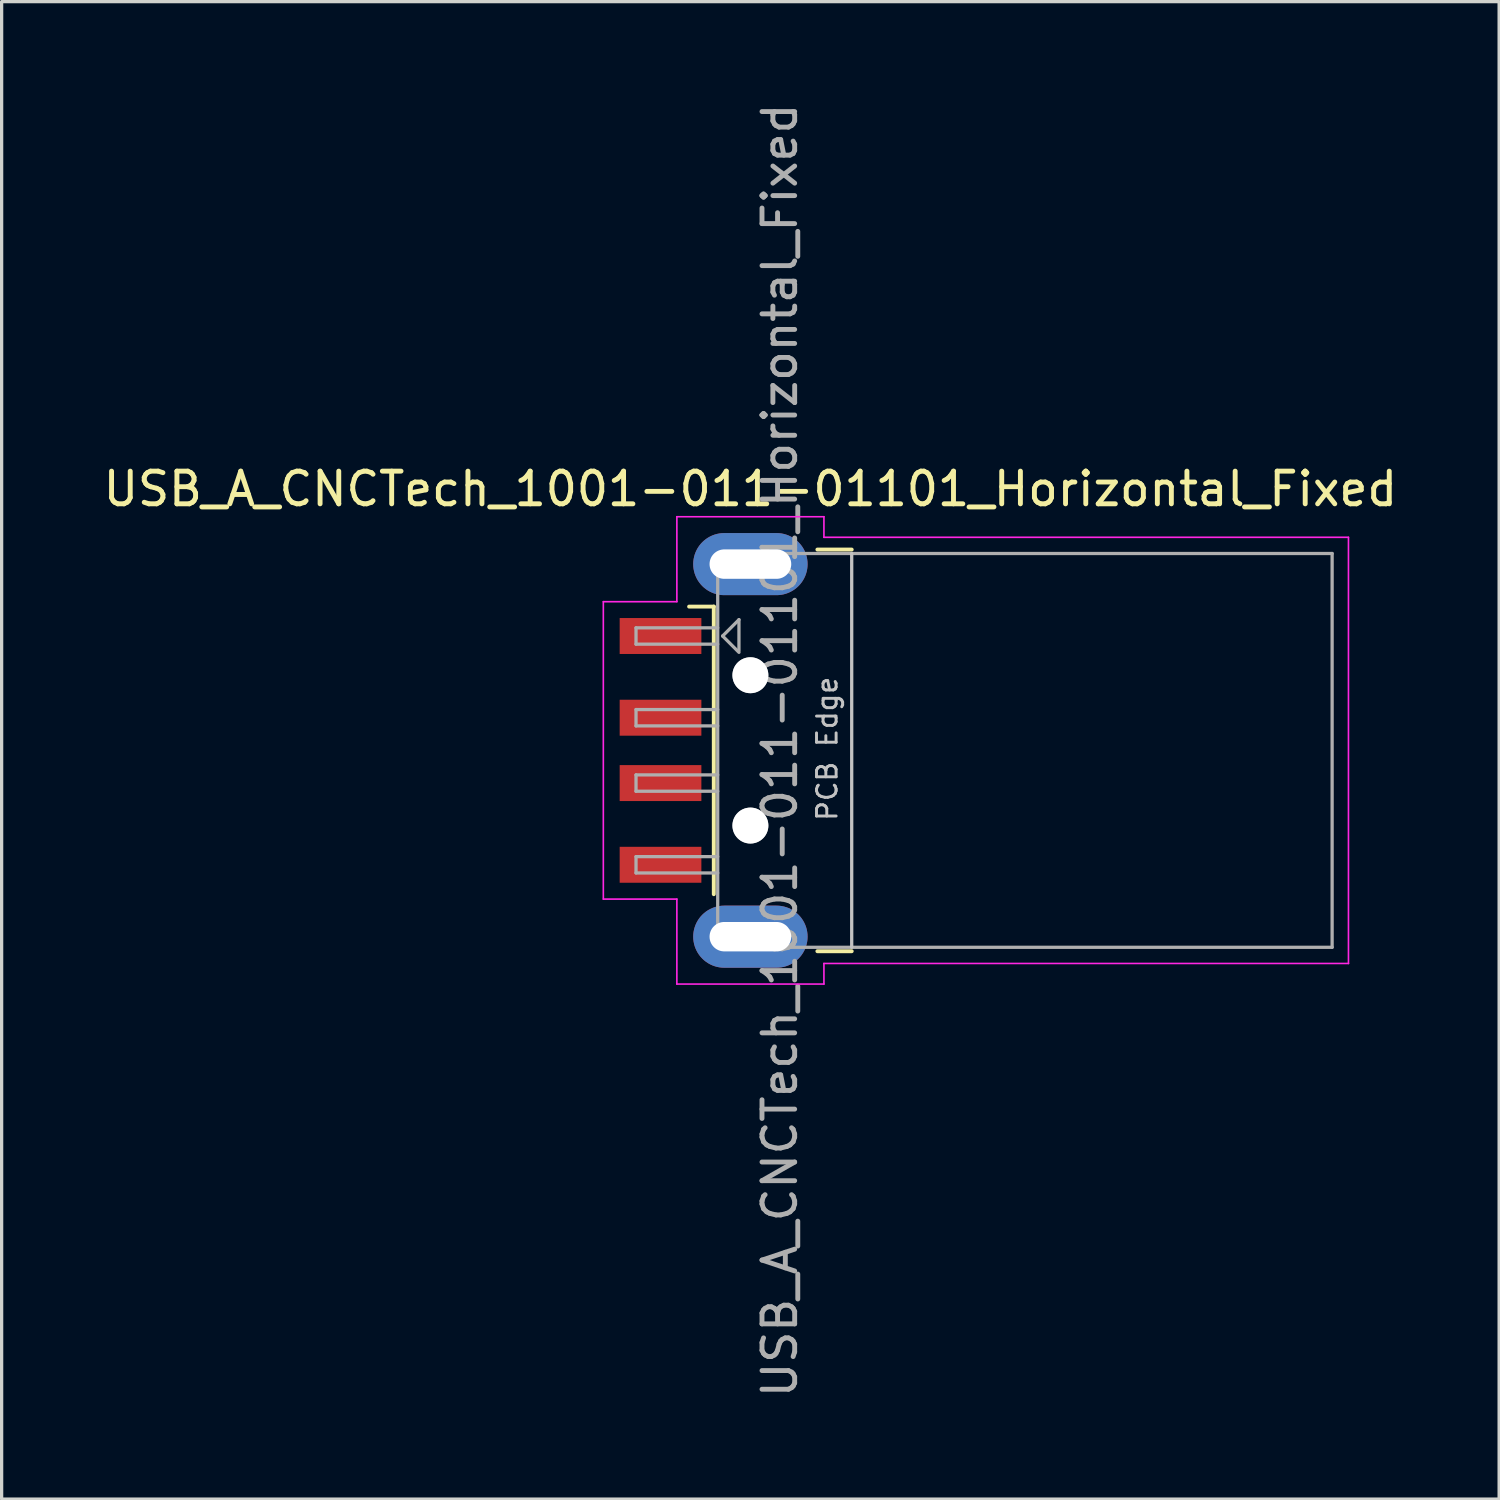
<source format=kicad_pcb>
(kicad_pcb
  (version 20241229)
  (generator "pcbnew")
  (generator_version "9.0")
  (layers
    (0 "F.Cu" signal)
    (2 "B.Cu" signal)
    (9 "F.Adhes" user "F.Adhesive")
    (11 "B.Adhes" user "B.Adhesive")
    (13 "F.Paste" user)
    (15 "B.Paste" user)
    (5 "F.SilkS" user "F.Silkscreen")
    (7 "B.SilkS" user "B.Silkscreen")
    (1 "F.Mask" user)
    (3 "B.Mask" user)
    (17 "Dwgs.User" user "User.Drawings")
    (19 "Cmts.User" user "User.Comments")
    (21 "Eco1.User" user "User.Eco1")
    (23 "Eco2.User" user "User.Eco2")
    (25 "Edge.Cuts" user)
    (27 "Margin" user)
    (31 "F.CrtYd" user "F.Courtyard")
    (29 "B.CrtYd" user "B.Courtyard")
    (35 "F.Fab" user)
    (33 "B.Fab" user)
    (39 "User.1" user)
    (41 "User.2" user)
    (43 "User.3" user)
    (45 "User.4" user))
  (footprint "USB_A_CNCTech_1001-011-01101_Horizontal_Fixed"
    (layer "F.Cu")
    (at 26.811 19.911)
    (property "Reference" "USB_A_CNCTech_1001-011-01101_Horizontal_Fixed" (at -6.9 -8 0) (layer "F.SilkS") (effects (font (size 1 1) (thickness 0.15))))
    (attr smd)
    (fp_line (start -8.02 -4.4) (end -8.775 -4.4) (stroke (width 0.12) (type solid)) (layer "F.SilkS"))
    (fp_line (start -8.02 -4.4) (end -8.02 4.4) (stroke (width 0.12) (type solid)) (layer "F.SilkS"))
    (fp_line (start -4.85 -6.145) (end -3.8 -6.145) (stroke (width 0.12) (type solid)) (layer "F.SilkS"))
    (fp_line (start -4.85 6.145) (end -3.8 6.145) (stroke (width 0.12) (type solid)) (layer "F.SilkS"))
    (fp_line (start -3.8 6.025) (end -3.8 -6.025) (stroke (width 0.1) (type solid)) (layer "Dwgs.User"))
    (fp_line (start -11.4 -4.55) (end -9.15 -4.55) (stroke (width 0.05) (type solid)) (layer "F.CrtYd"))
    (fp_line (start -11.4 4.55) (end -11.4 -4.55) (stroke (width 0.05) (type solid)) (layer "F.CrtYd"))
    (fp_line (start -11.4 4.55) (end -9.15 4.55) (stroke (width 0.05) (type solid)) (layer "F.CrtYd"))
    (fp_line (start -9.15 -7.15) (end -9.15 -4.55) (stroke (width 0.05) (type solid)) (layer "F.CrtYd"))
    (fp_line (start -9.15 -7.15) (end -4.65 -7.15) (stroke (width 0.05) (type solid)) (layer "F.CrtYd"))
    (fp_line (start -9.15 4.55) (end -9.15 7.15) (stroke (width 0.05) (type solid)) (layer "F.CrtYd"))
    (fp_line (start -9.15 7.15) (end -4.65 7.15) (stroke (width 0.05) (type solid)) (layer "F.CrtYd"))
    (fp_line (start -4.65 -6.52) (end -4.65 -7.15) (stroke (width 0.05) (type solid)) (layer "F.CrtYd"))
    (fp_line (start -4.65 -6.52) (end 11.4 -6.52) (stroke (width 0.05) (type solid)) (layer "F.CrtYd"))
    (fp_line (start -4.65 6.52) (end 11.4 6.52) (stroke (width 0.05) (type solid)) (layer "F.CrtYd"))
    (fp_line (start -4.65 7.15) (end -4.65 6.52) (stroke (width 0.05) (type solid)) (layer "F.CrtYd"))
    (fp_line (start 11.4 6.52) (end 11.4 -6.52) (stroke (width 0.05) (type solid)) (layer "F.CrtYd"))
    (fp_line (start -10.4 -3.75) (end -7.9 -3.75) (stroke (width 0.1) (type solid)) (layer "F.Fab"))
    (fp_line (start -10.4 -3.25) (end -10.4 -3.75) (stroke (width 0.1) (type solid)) (layer "F.Fab"))
    (fp_line (start -10.4 -3.25) (end -7.9 -3.25) (stroke (width 0.1) (type solid)) (layer "F.Fab"))
    (fp_line (start -10.4 -1.25) (end -7.9 -1.25) (stroke (width 0.1) (type solid)) (layer "F.Fab"))
    (fp_line (start -10.4 -0.75) (end -10.4 -1.25) (stroke (width 0.1) (type solid)) (layer "F.Fab"))
    (fp_line (start -10.4 -0.75) (end -7.9 -0.75) (stroke (width 0.1) (type solid)) (layer "F.Fab"))
    (fp_line (start -10.4 0.75) (end -7.9 0.75) (stroke (width 0.1) (type solid)) (layer "F.Fab"))
    (fp_line (start -10.4 1.25) (end -10.4 0.75) (stroke (width 0.1) (type solid)) (layer "F.Fab"))
    (fp_line (start -10.4 1.25) (end -7.9 1.25) (stroke (width 0.1) (type solid)) (layer "F.Fab"))
    (fp_line (start -10.4 3.25) (end -7.9 3.25) (stroke (width 0.1) (type solid)) (layer "F.Fab"))
    (fp_line (start -10.4 3.75) (end -10.4 3.25) (stroke (width 0.1) (type solid)) (layer "F.Fab"))
    (fp_line (start -10.4 3.75) (end -7.9 3.75) (stroke (width 0.1) (type solid)) (layer "F.Fab"))
    (fp_line (start -7.9 -6.025) (end 10.9 -6.025) (stroke (width 0.1) (type solid)) (layer "F.Fab"))
    (fp_line (start -7.9 6.025) (end -7.9 -6.025) (stroke (width 0.1) (type solid)) (layer "F.Fab"))
    (fp_line (start -7.9 6.025) (end 10.9 6.025) (stroke (width 0.1) (type solid)) (layer "F.Fab"))
    (fp_line (start -7.75 -3.5) (end -7.25 -4) (stroke (width 0.1) (type solid)) (layer "F.Fab"))
    (fp_line (start -7.75 -3.5) (end -7.25 -3) (stroke (width 0.1) (type solid)) (layer "F.Fab"))
    (fp_line (start -7.25 -4) (end -7.25 -3.05) (stroke (width 0.1) (type solid)) (layer "F.Fab"))
    (fp_line (start 10.9 6.025) (end 10.9 -6.025) (stroke (width 0.1) (type solid)) (layer "F.Fab"))
    (fp_circle (center -6.9 -2.3) (end -6.9 -2.8) (stroke (width 0.1) (type solid)) (fill no) (layer "F.Fab"))
    (fp_circle (center -6.9 2.3) (end -6.9 2.8) (stroke (width 0.1) (type solid)) (fill no) (layer "F.Fab"))
    (fp_text user "PCB Edge" (at -4.55 -0.05 90) (layer "Dwgs.User") (effects (font (size 0.6 0.6) (thickness 0.09))))
    (fp_text user "${REFERENCE}" (at -6 0 90) (layer "F.Fab") (effects (font (size 1 1) (thickness 0.15))))
    (pad "" np_thru_hole circle (at -6.9 -2.3) (size 1.1 1.1) (drill 1.1) (layers "*.Cu" "*.Mask"))
    (pad "" np_thru_hole circle (at -6.9 2.3) (size 1.1 1.1) (drill 1.1) (layers "*.Cu" "*.Mask"))
    (pad "1" smd rect (at -9.65 3.5) (size 2.5 1.1) (layers "F.Cu" "F.Mask" "F.Paste"))
    (pad "2" smd rect (at -9.65 1) (size 2.5 1.1) (layers "F.Cu" "F.Mask" "F.Paste"))
    (pad "3" smd rect (at -9.65 -1) (size 2.5 1.1) (layers "F.Cu" "F.Mask" "F.Paste"))
    (pad "4" smd rect (at -9.65 -3.5) (size 2.5 1.1) (layers "F.Cu" "F.Mask" "F.Paste"))
    (pad "5" thru_hole oval (at -6.9 -5.7) (size 3.5 1.9) (drill oval 2.5 0.9) (layers "*.Cu" "*.Mask"))
    (pad "5" thru_hole oval (at -6.9 5.7) (size 3.5 1.9) (drill oval 2.5 0.9) (layers "*.Cu" "*.Mask")))
  (gr_rect
    (start -3 -3)
    (end 42.821 42.821)
    (stroke (width 0.1) (type default))
    (fill no)
    (layer "Edge.Cuts")))
</source>
